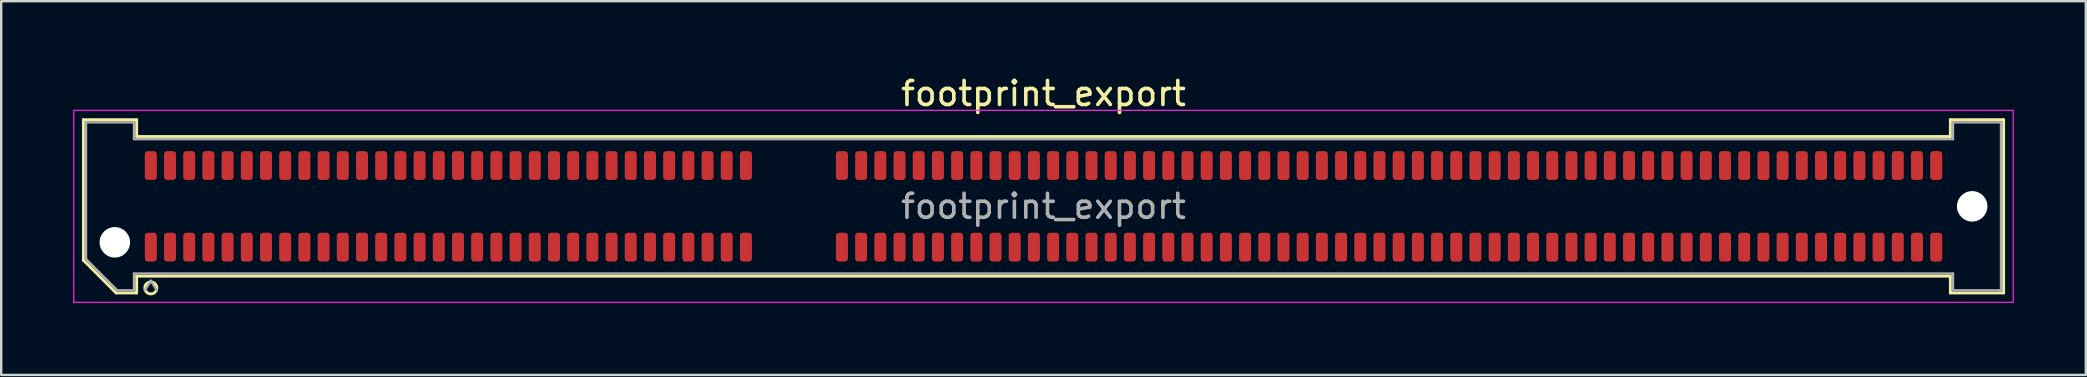
<source format=kicad_pcb>
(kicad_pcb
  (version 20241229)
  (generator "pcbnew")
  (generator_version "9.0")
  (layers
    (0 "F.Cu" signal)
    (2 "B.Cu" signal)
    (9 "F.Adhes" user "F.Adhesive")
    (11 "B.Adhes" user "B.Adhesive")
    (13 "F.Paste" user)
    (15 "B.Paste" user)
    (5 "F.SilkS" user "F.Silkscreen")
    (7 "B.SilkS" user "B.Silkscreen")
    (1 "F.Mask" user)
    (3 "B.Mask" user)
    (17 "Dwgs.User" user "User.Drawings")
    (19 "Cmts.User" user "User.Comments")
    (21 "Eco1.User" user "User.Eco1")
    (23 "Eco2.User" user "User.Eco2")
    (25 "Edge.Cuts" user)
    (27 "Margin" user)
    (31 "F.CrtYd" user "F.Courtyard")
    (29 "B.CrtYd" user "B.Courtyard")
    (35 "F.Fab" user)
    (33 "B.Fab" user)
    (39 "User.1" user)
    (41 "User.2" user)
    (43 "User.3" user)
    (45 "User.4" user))
  (footprint "footprint_export"
    (layer "F.Cu")
    (at 40.435 5.548)
    (property "Reference" "footprint_export" (at 0 -4.7 0) (layer "F.SilkS") (effects (font (size 1 1) (thickness 0.15))))
    (attr smd)
    (fp_line (start -40.01 -3.61) (end -37.79 -3.61) (stroke (width 0.12) (type solid)) (layer "F.SilkS"))
    (fp_line (start -40.01 2.246) (end -40.01 -3.61) (stroke (width 0.12) (type solid)) (layer "F.SilkS"))
    (fp_line (start -38.646 3.61) (end -40.01 2.246) (stroke (width 0.12) (type solid)) (layer "F.SilkS"))
    (fp_line (start -37.79 -3.61) (end -37.79 -2.91) (stroke (width 0.12) (type solid)) (layer "F.SilkS"))
    (fp_line (start -37.79 -2.91) (end 37.79 -2.91) (stroke (width 0.12) (type solid)) (layer "F.SilkS"))
    (fp_line (start -37.79 2.91) (end -37.79 3.61) (stroke (width 0.12) (type solid)) (layer "F.SilkS"))
    (fp_line (start -37.79 3.61) (end -38.646 3.61) (stroke (width 0.12) (type solid)) (layer "F.SilkS"))
    (fp_line (start 37.79 -3.61) (end 40.01 -3.61) (stroke (width 0.12) (type solid)) (layer "F.SilkS"))
    (fp_line (start 37.79 -2.91) (end 37.79 -3.61) (stroke (width 0.12) (type solid)) (layer "F.SilkS"))
    (fp_line (start 37.79 2.91) (end -37.79 2.91) (stroke (width 0.12) (type solid)) (layer "F.SilkS"))
    (fp_line (start 37.79 3.61) (end 37.79 2.91) (stroke (width 0.12) (type solid)) (layer "F.SilkS"))
    (fp_line (start 40.01 -3.61) (end 40.01 3.61) (stroke (width 0.12) (type solid)) (layer "F.SilkS"))
    (fp_line (start 40.01 3.61) (end 37.79 3.61) (stroke (width 0.12) (type solid)) (layer "F.SilkS"))
    (fp_arc (start -36.95 3.4) (mid -37.45 3.4) (end -36.95 3.4) (stroke (width 0.12) (type solid)) (layer "F.SilkS"))
    (fp_line (start -40.41 -4) (end -40.41 4) (stroke (width 0.05) (type solid)) (layer "F.CrtYd"))
    (fp_line (start -40.41 4) (end 40.41 4) (stroke (width 0.05) (type solid)) (layer "F.CrtYd"))
    (fp_line (start 40.41 -4) (end -40.41 -4) (stroke (width 0.05) (type solid)) (layer "F.CrtYd"))
    (fp_line (start 40.41 4) (end 40.41 -4) (stroke (width 0.05) (type solid)) (layer "F.CrtYd"))
    (fp_line (start -39.9 -3.5) (end -37.9 -3.5) (stroke (width 0.1) (type solid)) (layer "F.Fab"))
    (fp_line (start -39.9 2.2) (end -39.9 -3.5) (stroke (width 0.1) (type solid)) (layer "F.Fab"))
    (fp_line (start -38.6 3.5) (end -39.9 2.2) (stroke (width 0.1) (type solid)) (layer "F.Fab"))
    (fp_line (start -37.9 -3.5) (end -37.9 -2.8) (stroke (width 0.1) (type solid)) (layer "F.Fab"))
    (fp_line (start -37.9 -2.8) (end 37.9 -2.8) (stroke (width 0.1) (type solid)) (layer "F.Fab"))
    (fp_line (start -37.9 2.8) (end -37.9 3.5) (stroke (width 0.1) (type solid)) (layer "F.Fab"))
    (fp_line (start -37.9 3.5) (end -38.6 3.5) (stroke (width 0.1) (type solid)) (layer "F.Fab"))
    (fp_line (start -37.2 3.1) (end -37.45 3.5) (stroke (width 0.1) (type solid)) (layer "F.Fab"))
    (fp_line (start -37.2 3.1) (end -36.95 3.5) (stroke (width 0.1) (type solid)) (layer "F.Fab"))
    (fp_line (start 37.9 -3.5) (end 39.9 -3.5) (stroke (width 0.1) (type solid)) (layer "F.Fab"))
    (fp_line (start 37.9 -2.8) (end 37.9 -3.5) (stroke (width 0.1) (type solid)) (layer "F.Fab"))
    (fp_line (start 37.9 2.8) (end -37.9 2.8) (stroke (width 0.1) (type solid)) (layer "F.Fab"))
    (fp_line (start 37.9 3.5) (end 37.9 2.8) (stroke (width 0.1) (type solid)) (layer "F.Fab"))
    (fp_line (start 39.9 -3.5) (end 39.9 3.5) (stroke (width 0.1) (type solid)) (layer "F.Fab"))
    (fp_line (start 39.9 3.5) (end 37.9 3.5) (stroke (width 0.1) (type solid)) (layer "F.Fab"))
    (fp_text user "${REFERENCE}" (at 0 0 0) (layer "F.Fab") (effects (font (size 1 1) (thickness 0.15))))
    (pad "" np_thru_hole circle (at -38.7 1.5) (size 1.27 1.27) (drill 1.27) (layers "*.Cu" "*.Mask"))
    (pad "" np_thru_hole circle (at 38.7 0) (size 1.27 1.27) (drill 1.27) (layers "*.Cu" "*.Mask"))
    (pad "1" smd roundrect (at -37.2 1.7) (size 0.5 1.2) (layers "F.Cu" "F.Mask" "F.Paste") (roundrect_rratio 0.25))
    (pad "2" smd roundrect (at -37.2 -1.7) (size 0.5 1.2) (layers "F.Cu" "F.Mask" "F.Paste") (roundrect_rratio 0.25))
    (pad "3" smd roundrect (at -36.4 1.7) (size 0.5 1.2) (layers "F.Cu" "F.Mask" "F.Paste") (roundrect_rratio 0.25))
    (pad "4" smd roundrect (at -36.4 -1.7) (size 0.5 1.2) (layers "F.Cu" "F.Mask" "F.Paste") (roundrect_rratio 0.25))
    (pad "5" smd roundrect (at -35.6 1.7) (size 0.5 1.2) (layers "F.Cu" "F.Mask" "F.Paste") (roundrect_rratio 0.25))
    (pad "6" smd roundrect (at -35.6 -1.7) (size 0.5 1.2) (layers "F.Cu" "F.Mask" "F.Paste") (roundrect_rratio 0.25))
    (pad "7" smd roundrect (at -34.8 1.7) (size 0.5 1.2) (layers "F.Cu" "F.Mask" "F.Paste") (roundrect_rratio 0.25))
    (pad "8" smd roundrect (at -34.8 -1.7) (size 0.5 1.2) (layers "F.Cu" "F.Mask" "F.Paste") (roundrect_rratio 0.25))
    (pad "9" smd roundrect (at -34 1.7) (size 0.5 1.2) (layers "F.Cu" "F.Mask" "F.Paste") (roundrect_rratio 0.25))
    (pad "10" smd roundrect (at -34 -1.7) (size 0.5 1.2) (layers "F.Cu" "F.Mask" "F.Paste") (roundrect_rratio 0.25))
    (pad "11" smd roundrect (at -33.2 1.7) (size 0.5 1.2) (layers "F.Cu" "F.Mask" "F.Paste") (roundrect_rratio 0.25))
    (pad "12" smd roundrect (at -33.2 -1.7) (size 0.5 1.2) (layers "F.Cu" "F.Mask" "F.Paste") (roundrect_rratio 0.25))
    (pad "13" smd roundrect (at -32.4 1.7) (size 0.5 1.2) (layers "F.Cu" "F.Mask" "F.Paste") (roundrect_rratio 0.25))
    (pad "14" smd roundrect (at -32.4 -1.7) (size 0.5 1.2) (layers "F.Cu" "F.Mask" "F.Paste") (roundrect_rratio 0.25))
    (pad "15" smd roundrect (at -31.6 1.7) (size 0.5 1.2) (layers "F.Cu" "F.Mask" "F.Paste") (roundrect_rratio 0.25))
    (pad "16" smd roundrect (at -31.6 -1.7) (size 0.5 1.2) (layers "F.Cu" "F.Mask" "F.Paste") (roundrect_rratio 0.25))
    (pad "17" smd roundrect (at -30.8 1.7) (size 0.5 1.2) (layers "F.Cu" "F.Mask" "F.Paste") (roundrect_rratio 0.25))
    (pad "18" smd roundrect (at -30.8 -1.7) (size 0.5 1.2) (layers "F.Cu" "F.Mask" "F.Paste") (roundrect_rratio 0.25))
    (pad "19" smd roundrect (at -30 1.7) (size 0.5 1.2) (layers "F.Cu" "F.Mask" "F.Paste") (roundrect_rratio 0.25))
    (pad "20" smd roundrect (at -30 -1.7) (size 0.5 1.2) (layers "F.Cu" "F.Mask" "F.Paste") (roundrect_rratio 0.25))
    (pad "21" smd roundrect (at -29.2 1.7) (size 0.5 1.2) (layers "F.Cu" "F.Mask" "F.Paste") (roundrect_rratio 0.25))
    (pad "22" smd roundrect (at -29.2 -1.7) (size 0.5 1.2) (layers "F.Cu" "F.Mask" "F.Paste") (roundrect_rratio 0.25))
    (pad "23" smd roundrect (at -28.4 1.7) (size 0.5 1.2) (layers "F.Cu" "F.Mask" "F.Paste") (roundrect_rratio 0.25))
    (pad "24" smd roundrect (at -28.4 -1.7) (size 0.5 1.2) (layers "F.Cu" "F.Mask" "F.Paste") (roundrect_rratio 0.25))
    (pad "25" smd roundrect (at -27.6 1.7) (size 0.5 1.2) (layers "F.Cu" "F.Mask" "F.Paste") (roundrect_rratio 0.25))
    (pad "26" smd roundrect (at -27.6 -1.7) (size 0.5 1.2) (layers "F.Cu" "F.Mask" "F.Paste") (roundrect_rratio 0.25))
    (pad "27" smd roundrect (at -26.8 1.7) (size 0.5 1.2) (layers "F.Cu" "F.Mask" "F.Paste") (roundrect_rratio 0.25))
    (pad "28" smd roundrect (at -26.8 -1.7) (size 0.5 1.2) (layers "F.Cu" "F.Mask" "F.Paste") (roundrect_rratio 0.25))
    (pad "29" smd roundrect (at -26 1.7) (size 0.5 1.2) (layers "F.Cu" "F.Mask" "F.Paste") (roundrect_rratio 0.25))
    (pad "30" smd roundrect (at -26 -1.7) (size 0.5 1.2) (layers "F.Cu" "F.Mask" "F.Paste") (roundrect_rratio 0.25))
    (pad "31" smd roundrect (at -25.2 1.7) (size 0.5 1.2) (layers "F.Cu" "F.Mask" "F.Paste") (roundrect_rratio 0.25))
    (pad "32" smd roundrect (at -25.2 -1.7) (size 0.5 1.2) (layers "F.Cu" "F.Mask" "F.Paste") (roundrect_rratio 0.25))
    (pad "33" smd roundrect (at -24.4 1.7) (size 0.5 1.2) (layers "F.Cu" "F.Mask" "F.Paste") (roundrect_rratio 0.25))
    (pad "34" smd roundrect (at -24.4 -1.7) (size 0.5 1.2) (layers "F.Cu" "F.Mask" "F.Paste") (roundrect_rratio 0.25))
    (pad "35" smd roundrect (at -23.6 1.7) (size 0.5 1.2) (layers "F.Cu" "F.Mask" "F.Paste") (roundrect_rratio 0.25))
    (pad "36" smd roundrect (at -23.6 -1.7) (size 0.5 1.2) (layers "F.Cu" "F.Mask" "F.Paste") (roundrect_rratio 0.25))
    (pad "37" smd roundrect (at -22.8 1.7) (size 0.5 1.2) (layers "F.Cu" "F.Mask" "F.Paste") (roundrect_rratio 0.25))
    (pad "38" smd roundrect (at -22.8 -1.7) (size 0.5 1.2) (layers "F.Cu" "F.Mask" "F.Paste") (roundrect_rratio 0.25))
    (pad "39" smd roundrect (at -22 1.7) (size 0.5 1.2) (layers "F.Cu" "F.Mask" "F.Paste") (roundrect_rratio 0.25))
    (pad "40" smd roundrect (at -22 -1.7) (size 0.5 1.2) (layers "F.Cu" "F.Mask" "F.Paste") (roundrect_rratio 0.25))
    (pad "41" smd roundrect (at -21.2 1.7) (size 0.5 1.2) (layers "F.Cu" "F.Mask" "F.Paste") (roundrect_rratio 0.25))
    (pad "42" smd roundrect (at -21.2 -1.7) (size 0.5 1.2) (layers "F.Cu" "F.Mask" "F.Paste") (roundrect_rratio 0.25))
    (pad "43" smd roundrect (at -20.4 1.7) (size 0.5 1.2) (layers "F.Cu" "F.Mask" "F.Paste") (roundrect_rratio 0.25))
    (pad "44" smd roundrect (at -20.4 -1.7) (size 0.5 1.2) (layers "F.Cu" "F.Mask" "F.Paste") (roundrect_rratio 0.25))
    (pad "45" smd roundrect (at -19.6 1.7) (size 0.5 1.2) (layers "F.Cu" "F.Mask" "F.Paste") (roundrect_rratio 0.25))
    (pad "46" smd roundrect (at -19.6 -1.7) (size 0.5 1.2) (layers "F.Cu" "F.Mask" "F.Paste") (roundrect_rratio 0.25))
    (pad "47" smd roundrect (at -18.8 1.7) (size 0.5 1.2) (layers "F.Cu" "F.Mask" "F.Paste") (roundrect_rratio 0.25))
    (pad "48" smd roundrect (at -18.8 -1.7) (size 0.5 1.2) (layers "F.Cu" "F.Mask" "F.Paste") (roundrect_rratio 0.25))
    (pad "49" smd roundrect (at -18 1.7) (size 0.5 1.2) (layers "F.Cu" "F.Mask" "F.Paste") (roundrect_rratio 0.25))
    (pad "50" smd roundrect (at -18 -1.7) (size 0.5 1.2) (layers "F.Cu" "F.Mask" "F.Paste") (roundrect_rratio 0.25))
    (pad "51" smd roundrect (at -17.2 1.7) (size 0.5 1.2) (layers "F.Cu" "F.Mask" "F.Paste") (roundrect_rratio 0.25))
    (pad "52" smd roundrect (at -17.2 -1.7) (size 0.5 1.2) (layers "F.Cu" "F.Mask" "F.Paste") (roundrect_rratio 0.25))
    (pad "53" smd roundrect (at -16.4 1.7) (size 0.5 1.2) (layers "F.Cu" "F.Mask" "F.Paste") (roundrect_rratio 0.25))
    (pad "54" smd roundrect (at -16.4 -1.7) (size 0.5 1.2) (layers "F.Cu" "F.Mask" "F.Paste") (roundrect_rratio 0.25))
    (pad "55" smd roundrect (at -15.6 1.7) (size 0.5 1.2) (layers "F.Cu" "F.Mask" "F.Paste") (roundrect_rratio 0.25))
    (pad "56" smd roundrect (at -15.6 -1.7) (size 0.5 1.2) (layers "F.Cu" "F.Mask" "F.Paste") (roundrect_rratio 0.25))
    (pad "57" smd roundrect (at -14.8 1.7) (size 0.5 1.2) (layers "F.Cu" "F.Mask" "F.Paste") (roundrect_rratio 0.25))
    (pad "58" smd roundrect (at -14.8 -1.7) (size 0.5 1.2) (layers "F.Cu" "F.Mask" "F.Paste") (roundrect_rratio 0.25))
    (pad "59" smd roundrect (at -14 1.7) (size 0.5 1.2) (layers "F.Cu" "F.Mask" "F.Paste") (roundrect_rratio 0.25))
    (pad "60" smd roundrect (at -14 -1.7) (size 0.5 1.2) (layers "F.Cu" "F.Mask" "F.Paste") (roundrect_rratio 0.25))
    (pad "61" smd roundrect (at -13.2 1.7) (size 0.5 1.2) (layers "F.Cu" "F.Mask" "F.Paste") (roundrect_rratio 0.25))
    (pad "62" smd roundrect (at -13.2 -1.7) (size 0.5 1.2) (layers "F.Cu" "F.Mask" "F.Paste") (roundrect_rratio 0.25))
    (pad "63" smd roundrect (at -12.4 1.7) (size 0.5 1.2) (layers "F.Cu" "F.Mask" "F.Paste") (roundrect_rratio 0.25))
    (pad "64" smd roundrect (at -12.4 -1.7) (size 0.5 1.2) (layers "F.Cu" "F.Mask" "F.Paste") (roundrect_rratio 0.25))
    (pad "65" smd roundrect (at -8.4 1.7) (size 0.5 1.2) (layers "F.Cu" "F.Mask" "F.Paste") (roundrect_rratio 0.25))
    (pad "66" smd roundrect (at -8.4 -1.7) (size 0.5 1.2) (layers "F.Cu" "F.Mask" "F.Paste") (roundrect_rratio 0.25))
    (pad "67" smd roundrect (at -7.6 1.7) (size 0.5 1.2) (layers "F.Cu" "F.Mask" "F.Paste") (roundrect_rratio 0.25))
    (pad "68" smd roundrect (at -7.6 -1.7) (size 0.5 1.2) (layers "F.Cu" "F.Mask" "F.Paste") (roundrect_rratio 0.25))
    (pad "69" smd roundrect (at -6.8 1.7) (size 0.5 1.2) (layers "F.Cu" "F.Mask" "F.Paste") (roundrect_rratio 0.25))
    (pad "70" smd roundrect (at -6.8 -1.7) (size 0.5 1.2) (layers "F.Cu" "F.Mask" "F.Paste") (roundrect_rratio 0.25))
    (pad "71" smd roundrect (at -6 1.7) (size 0.5 1.2) (layers "F.Cu" "F.Mask" "F.Paste") (roundrect_rratio 0.25))
    (pad "72" smd roundrect (at -6 -1.7) (size 0.5 1.2) (layers "F.Cu" "F.Mask" "F.Paste") (roundrect_rratio 0.25))
    (pad "73" smd roundrect (at -5.2 1.7) (size 0.5 1.2) (layers "F.Cu" "F.Mask" "F.Paste") (roundrect_rratio 0.25))
    (pad "74" smd roundrect (at -5.2 -1.7) (size 0.5 1.2) (layers "F.Cu" "F.Mask" "F.Paste") (roundrect_rratio 0.25))
    (pad "75" smd roundrect (at -4.4 1.7) (size 0.5 1.2) (layers "F.Cu" "F.Mask" "F.Paste") (roundrect_rratio 0.25))
    (pad "76" smd roundrect (at -4.4 -1.7) (size 0.5 1.2) (layers "F.Cu" "F.Mask" "F.Paste") (roundrect_rratio 0.25))
    (pad "77" smd roundrect (at -3.6 1.7) (size 0.5 1.2) (layers "F.Cu" "F.Mask" "F.Paste") (roundrect_rratio 0.25))
    (pad "78" smd roundrect (at -3.6 -1.7) (size 0.5 1.2) (layers "F.Cu" "F.Mask" "F.Paste") (roundrect_rratio 0.25))
    (pad "79" smd roundrect (at -2.8 1.7) (size 0.5 1.2) (layers "F.Cu" "F.Mask" "F.Paste") (roundrect_rratio 0.25))
    (pad "80" smd roundrect (at -2.8 -1.7) (size 0.5 1.2) (layers "F.Cu" "F.Mask" "F.Paste") (roundrect_rratio 0.25))
    (pad "81" smd roundrect (at -2 1.7) (size 0.5 1.2) (layers "F.Cu" "F.Mask" "F.Paste") (roundrect_rratio 0.25))
    (pad "82" smd roundrect (at -2 -1.7) (size 0.5 1.2) (layers "F.Cu" "F.Mask" "F.Paste") (roundrect_rratio 0.25))
    (pad "83" smd roundrect (at -1.2 1.7) (size 0.5 1.2) (layers "F.Cu" "F.Mask" "F.Paste") (roundrect_rratio 0.25))
    (pad "84" smd roundrect (at -1.2 -1.7) (size 0.5 1.2) (layers "F.Cu" "F.Mask" "F.Paste") (roundrect_rratio 0.25))
    (pad "85" smd roundrect (at -0.4 1.7) (size 0.5 1.2) (layers "F.Cu" "F.Mask" "F.Paste") (roundrect_rratio 0.25))
    (pad "86" smd roundrect (at -0.4 -1.7) (size 0.5 1.2) (layers "F.Cu" "F.Mask" "F.Paste") (roundrect_rratio 0.25))
    (pad "87" smd roundrect (at 0.4 1.7) (size 0.5 1.2) (layers "F.Cu" "F.Mask" "F.Paste") (roundrect_rratio 0.25))
    (pad "88" smd roundrect (at 0.4 -1.7) (size 0.5 1.2) (layers "F.Cu" "F.Mask" "F.Paste") (roundrect_rratio 0.25))
    (pad "89" smd roundrect (at 1.2 1.7) (size 0.5 1.2) (layers "F.Cu" "F.Mask" "F.Paste") (roundrect_rratio 0.25))
    (pad "90" smd roundrect (at 1.2 -1.7) (size 0.5 1.2) (layers "F.Cu" "F.Mask" "F.Paste") (roundrect_rratio 0.25))
    (pad "91" smd roundrect (at 2 1.7) (size 0.5 1.2) (layers "F.Cu" "F.Mask" "F.Paste") (roundrect_rratio 0.25))
    (pad "92" smd roundrect (at 2 -1.7) (size 0.5 1.2) (layers "F.Cu" "F.Mask" "F.Paste") (roundrect_rratio 0.25))
    (pad "93" smd roundrect (at 2.8 1.7) (size 0.5 1.2) (layers "F.Cu" "F.Mask" "F.Paste") (roundrect_rratio 0.25))
    (pad "94" smd roundrect (at 2.8 -1.7) (size 0.5 1.2) (layers "F.Cu" "F.Mask" "F.Paste") (roundrect_rratio 0.25))
    (pad "95" smd roundrect (at 3.6 1.7) (size 0.5 1.2) (layers "F.Cu" "F.Mask" "F.Paste") (roundrect_rratio 0.25))
    (pad "96" smd roundrect (at 3.6 -1.7) (size 0.5 1.2) (layers "F.Cu" "F.Mask" "F.Paste") (roundrect_rratio 0.25))
    (pad "97" smd roundrect (at 4.4 1.7) (size 0.5 1.2) (layers "F.Cu" "F.Mask" "F.Paste") (roundrect_rratio 0.25))
    (pad "98" smd roundrect (at 4.4 -1.7) (size 0.5 1.2) (layers "F.Cu" "F.Mask" "F.Paste") (roundrect_rratio 0.25))
    (pad "99" smd roundrect (at 5.2 1.7) (size 0.5 1.2) (layers "F.Cu" "F.Mask" "F.Paste") (roundrect_rratio 0.25))
    (pad "100" smd roundrect (at 5.2 -1.7) (size 0.5 1.2) (layers "F.Cu" "F.Mask" "F.Paste") (roundrect_rratio 0.25))
    (pad "101" smd roundrect (at 6 1.7) (size 0.5 1.2) (layers "F.Cu" "F.Mask" "F.Paste") (roundrect_rratio 0.25))
    (pad "102" smd roundrect (at 6 -1.7) (size 0.5 1.2) (layers "F.Cu" "F.Mask" "F.Paste") (roundrect_rratio 0.25))
    (pad "103" smd roundrect (at 6.8 1.7) (size 0.5 1.2) (layers "F.Cu" "F.Mask" "F.Paste") (roundrect_rratio 0.25))
    (pad "104" smd roundrect (at 6.8 -1.7) (size 0.5 1.2) (layers "F.Cu" "F.Mask" "F.Paste") (roundrect_rratio 0.25))
    (pad "105" smd roundrect (at 7.6 1.7) (size 0.5 1.2) (layers "F.Cu" "F.Mask" "F.Paste") (roundrect_rratio 0.25))
    (pad "106" smd roundrect (at 7.6 -1.7) (size 0.5 1.2) (layers "F.Cu" "F.Mask" "F.Paste") (roundrect_rratio 0.25))
    (pad "107" smd roundrect (at 8.4 1.7) (size 0.5 1.2) (layers "F.Cu" "F.Mask" "F.Paste") (roundrect_rratio 0.25))
    (pad "108" smd roundrect (at 8.4 -1.7) (size 0.5 1.2) (layers "F.Cu" "F.Mask" "F.Paste") (roundrect_rratio 0.25))
    (pad "109" smd roundrect (at 9.2 1.7) (size 0.5 1.2) (layers "F.Cu" "F.Mask" "F.Paste") (roundrect_rratio 0.25))
    (pad "110" smd roundrect (at 9.2 -1.7) (size 0.5 1.2) (layers "F.Cu" "F.Mask" "F.Paste") (roundrect_rratio 0.25))
    (pad "111" smd roundrect (at 10 1.7) (size 0.5 1.2) (layers "F.Cu" "F.Mask" "F.Paste") (roundrect_rratio 0.25))
    (pad "112" smd roundrect (at 10 -1.7) (size 0.5 1.2) (layers "F.Cu" "F.Mask" "F.Paste") (roundrect_rratio 0.25))
    (pad "113" smd roundrect (at 10.8 1.7) (size 0.5 1.2) (layers "F.Cu" "F.Mask" "F.Paste") (roundrect_rratio 0.25))
    (pad "114" smd roundrect (at 10.8 -1.7) (size 0.5 1.2) (layers "F.Cu" "F.Mask" "F.Paste") (roundrect_rratio 0.25))
    (pad "115" smd roundrect (at 11.6 1.7) (size 0.5 1.2) (layers "F.Cu" "F.Mask" "F.Paste") (roundrect_rratio 0.25))
    (pad "116" smd roundrect (at 11.6 -1.7) (size 0.5 1.2) (layers "F.Cu" "F.Mask" "F.Paste") (roundrect_rratio 0.25))
    (pad "117" smd roundrect (at 12.4 1.7) (size 0.5 1.2) (layers "F.Cu" "F.Mask" "F.Paste") (roundrect_rratio 0.25))
    (pad "118" smd roundrect (at 12.4 -1.7) (size 0.5 1.2) (layers "F.Cu" "F.Mask" "F.Paste") (roundrect_rratio 0.25))
    (pad "119" smd roundrect (at 13.2 1.7) (size 0.5 1.2) (layers "F.Cu" "F.Mask" "F.Paste") (roundrect_rratio 0.25))
    (pad "120" smd roundrect (at 13.2 -1.7) (size 0.5 1.2) (layers "F.Cu" "F.Mask" "F.Paste") (roundrect_rratio 0.25))
    (pad "121" smd roundrect (at 14 1.7) (size 0.5 1.2) (layers "F.Cu" "F.Mask" "F.Paste") (roundrect_rratio 0.25))
    (pad "122" smd roundrect (at 14 -1.7) (size 0.5 1.2) (layers "F.Cu" "F.Mask" "F.Paste") (roundrect_rratio 0.25))
    (pad "123" smd roundrect (at 14.8 1.7) (size 0.5 1.2) (layers "F.Cu" "F.Mask" "F.Paste") (roundrect_rratio 0.25))
    (pad "124" smd roundrect (at 14.8 -1.7) (size 0.5 1.2) (layers "F.Cu" "F.Mask" "F.Paste") (roundrect_rratio 0.25))
    (pad "125" smd roundrect (at 15.6 1.7) (size 0.5 1.2) (layers "F.Cu" "F.Mask" "F.Paste") (roundrect_rratio 0.25))
    (pad "126" smd roundrect (at 15.6 -1.7) (size 0.5 1.2) (layers "F.Cu" "F.Mask" "F.Paste") (roundrect_rratio 0.25))
    (pad "127" smd roundrect (at 16.4 1.7) (size 0.5 1.2) (layers "F.Cu" "F.Mask" "F.Paste") (roundrect_rratio 0.25))
    (pad "128" smd roundrect (at 16.4 -1.7) (size 0.5 1.2) (layers "F.Cu" "F.Mask" "F.Paste") (roundrect_rratio 0.25))
    (pad "129" smd roundrect (at 17.2 1.7) (size 0.5 1.2) (layers "F.Cu" "F.Mask" "F.Paste") (roundrect_rratio 0.25))
    (pad "130" smd roundrect (at 17.2 -1.7) (size 0.5 1.2) (layers "F.Cu" "F.Mask" "F.Paste") (roundrect_rratio 0.25))
    (pad "131" smd roundrect (at 18 1.7) (size 0.5 1.2) (layers "F.Cu" "F.Mask" "F.Paste") (roundrect_rratio 0.25))
    (pad "132" smd roundrect (at 18 -1.7) (size 0.5 1.2) (layers "F.Cu" "F.Mask" "F.Paste") (roundrect_rratio 0.25))
    (pad "133" smd roundrect (at 18.8 1.7) (size 0.5 1.2) (layers "F.Cu" "F.Mask" "F.Paste") (roundrect_rratio 0.25))
    (pad "134" smd roundrect (at 18.8 -1.7) (size 0.5 1.2) (layers "F.Cu" "F.Mask" "F.Paste") (roundrect_rratio 0.25))
    (pad "135" smd roundrect (at 19.6 1.7) (size 0.5 1.2) (layers "F.Cu" "F.Mask" "F.Paste") (roundrect_rratio 0.25))
    (pad "136" smd roundrect (at 19.6 -1.7) (size 0.5 1.2) (layers "F.Cu" "F.Mask" "F.Paste") (roundrect_rratio 0.25))
    (pad "137" smd roundrect (at 20.4 1.7) (size 0.5 1.2) (layers "F.Cu" "F.Mask" "F.Paste") (roundrect_rratio 0.25))
    (pad "138" smd roundrect (at 20.4 -1.7) (size 0.5 1.2) (layers "F.Cu" "F.Mask" "F.Paste") (roundrect_rratio 0.25))
    (pad "139" smd roundrect (at 21.2 1.7) (size 0.5 1.2) (layers "F.Cu" "F.Mask" "F.Paste") (roundrect_rratio 0.25))
    (pad "140" smd roundrect (at 21.2 -1.7) (size 0.5 1.2) (layers "F.Cu" "F.Mask" "F.Paste") (roundrect_rratio 0.25))
    (pad "141" smd roundrect (at 22 1.7) (size 0.5 1.2) (layers "F.Cu" "F.Mask" "F.Paste") (roundrect_rratio 0.25))
    (pad "142" smd roundrect (at 22 -1.7) (size 0.5 1.2) (layers "F.Cu" "F.Mask" "F.Paste") (roundrect_rratio 0.25))
    (pad "143" smd roundrect (at 22.8 1.7) (size 0.5 1.2) (layers "F.Cu" "F.Mask" "F.Paste") (roundrect_rratio 0.25))
    (pad "144" smd roundrect (at 22.8 -1.7) (size 0.5 1.2) (layers "F.Cu" "F.Mask" "F.Paste") (roundrect_rratio 0.25))
    (pad "145" smd roundrect (at 23.6 1.7) (size 0.5 1.2) (layers "F.Cu" "F.Mask" "F.Paste") (roundrect_rratio 0.25))
    (pad "146" smd roundrect (at 23.6 -1.7) (size 0.5 1.2) (layers "F.Cu" "F.Mask" "F.Paste") (roundrect_rratio 0.25))
    (pad "147" smd roundrect (at 24.4 1.7) (size 0.5 1.2) (layers "F.Cu" "F.Mask" "F.Paste") (roundrect_rratio 0.25))
    (pad "148" smd roundrect (at 24.4 -1.7) (size 0.5 1.2) (layers "F.Cu" "F.Mask" "F.Paste") (roundrect_rratio 0.25))
    (pad "149" smd roundrect (at 25.2 1.7) (size 0.5 1.2) (layers "F.Cu" "F.Mask" "F.Paste") (roundrect_rratio 0.25))
    (pad "150" smd roundrect (at 25.2 -1.7) (size 0.5 1.2) (layers "F.Cu" "F.Mask" "F.Paste") (roundrect_rratio 0.25))
    (pad "151" smd roundrect (at 26 1.7) (size 0.5 1.2) (layers "F.Cu" "F.Mask" "F.Paste") (roundrect_rratio 0.25))
    (pad "152" smd roundrect (at 26 -1.7) (size 0.5 1.2) (layers "F.Cu" "F.Mask" "F.Paste") (roundrect_rratio 0.25))
    (pad "153" smd roundrect (at 26.8 1.7) (size 0.5 1.2) (layers "F.Cu" "F.Mask" "F.Paste") (roundrect_rratio 0.25))
    (pad "154" smd roundrect (at 26.8 -1.7) (size 0.5 1.2) (layers "F.Cu" "F.Mask" "F.Paste") (roundrect_rratio 0.25))
    (pad "155" smd roundrect (at 27.6 1.7) (size 0.5 1.2) (layers "F.Cu" "F.Mask" "F.Paste") (roundrect_rratio 0.25))
    (pad "156" smd roundrect (at 27.6 -1.7) (size 0.5 1.2) (layers "F.Cu" "F.Mask" "F.Paste") (roundrect_rratio 0.25))
    (pad "157" smd roundrect (at 28.4 1.7) (size 0.5 1.2) (layers "F.Cu" "F.Mask" "F.Paste") (roundrect_rratio 0.25))
    (pad "158" smd roundrect (at 28.4 -1.7) (size 0.5 1.2) (layers "F.Cu" "F.Mask" "F.Paste") (roundrect_rratio 0.25))
    (pad "159" smd roundrect (at 29.2 1.7) (size 0.5 1.2) (layers "F.Cu" "F.Mask" "F.Paste") (roundrect_rratio 0.25))
    (pad "160" smd roundrect (at 29.2 -1.7) (size 0.5 1.2) (layers "F.Cu" "F.Mask" "F.Paste") (roundrect_rratio 0.25))
    (pad "161" smd roundrect (at 30 1.7) (size 0.5 1.2) (layers "F.Cu" "F.Mask" "F.Paste") (roundrect_rratio 0.25))
    (pad "162" smd roundrect (at 30 -1.7) (size 0.5 1.2) (layers "F.Cu" "F.Mask" "F.Paste") (roundrect_rratio 0.25))
    (pad "163" smd roundrect (at 30.8 1.7) (size 0.5 1.2) (layers "F.Cu" "F.Mask" "F.Paste") (roundrect_rratio 0.25))
    (pad "164" smd roundrect (at 30.8 -1.7) (size 0.5 1.2) (layers "F.Cu" "F.Mask" "F.Paste") (roundrect_rratio 0.25))
    (pad "165" smd roundrect (at 31.6 1.7) (size 0.5 1.2) (layers "F.Cu" "F.Mask" "F.Paste") (roundrect_rratio 0.25))
    (pad "166" smd roundrect (at 31.6 -1.7) (size 0.5 1.2) (layers "F.Cu" "F.Mask" "F.Paste") (roundrect_rratio 0.25))
    (pad "167" smd roundrect (at 32.4 1.7) (size 0.5 1.2) (layers "F.Cu" "F.Mask" "F.Paste") (roundrect_rratio 0.25))
    (pad "168" smd roundrect (at 32.4 -1.7) (size 0.5 1.2) (layers "F.Cu" "F.Mask" "F.Paste") (roundrect_rratio 0.25))
    (pad "169" smd roundrect (at 33.2 1.7) (size 0.5 1.2) (layers "F.Cu" "F.Mask" "F.Paste") (roundrect_rratio 0.25))
    (pad "170" smd roundrect (at 33.2 -1.7) (size 0.5 1.2) (layers "F.Cu" "F.Mask" "F.Paste") (roundrect_rratio 0.25))
    (pad "171" smd roundrect (at 34 1.7) (size 0.5 1.2) (layers "F.Cu" "F.Mask" "F.Paste") (roundrect_rratio 0.25))
    (pad "172" smd roundrect (at 34 -1.7) (size 0.5 1.2) (layers "F.Cu" "F.Mask" "F.Paste") (roundrect_rratio 0.25))
    (pad "173" smd roundrect (at 34.8 1.7) (size 0.5 1.2) (layers "F.Cu" "F.Mask" "F.Paste") (roundrect_rratio 0.25))
    (pad "174" smd roundrect (at 34.8 -1.7) (size 0.5 1.2) (layers "F.Cu" "F.Mask" "F.Paste") (roundrect_rratio 0.25))
    (pad "175" smd roundrect (at 35.6 1.7) (size 0.5 1.2) (layers "F.Cu" "F.Mask" "F.Paste") (roundrect_rratio 0.25))
    (pad "176" smd roundrect (at 35.6 -1.7) (size 0.5 1.2) (layers "F.Cu" "F.Mask" "F.Paste") (roundrect_rratio 0.25))
    (pad "177" smd roundrect (at 36.4 1.7) (size 0.5 1.2) (layers "F.Cu" "F.Mask" "F.Paste") (roundrect_rratio 0.25))
    (pad "178" smd roundrect (at 36.4 -1.7) (size 0.5 1.2) (layers "F.Cu" "F.Mask" "F.Paste") (roundrect_rratio 0.25))
    (pad "179" smd roundrect (at 37.2 1.7) (size 0.5 1.2) (layers "F.Cu" "F.Mask" "F.Paste") (roundrect_rratio 0.25))
    (pad "180" smd roundrect (at 37.2 -1.7) (size 0.5 1.2) (layers "F.Cu" "F.Mask" "F.Paste") (roundrect_rratio 0.25)))
  (gr_rect
    (start -3 -3)
    (end 83.87 12.573)
    (stroke (width 0.1) (type default))
    (fill no)
    (layer "Edge.Cuts")))
</source>
